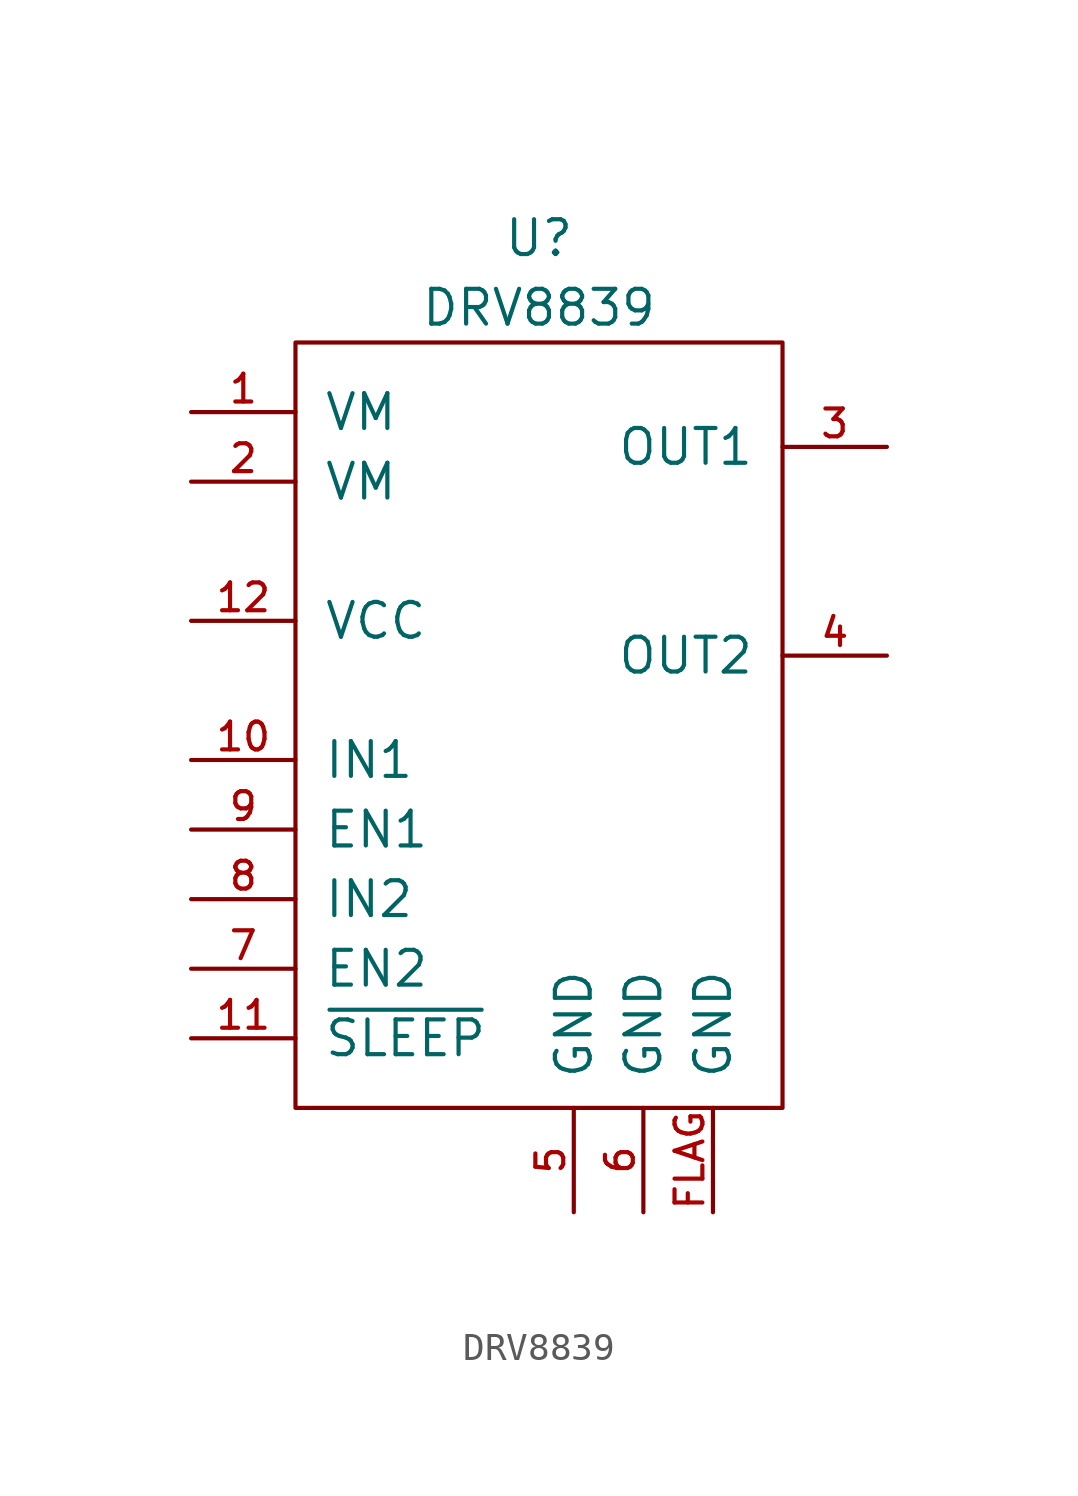
<source format=kicad_sym>
(kicad_symbol_lib
  (version 20211014)
  (generator kicad_symbol_editor)
  (symbol "DRV8839"
    (pin_names
      (offset 1.016))
    (property "Reference" "U"
      (at 0 17.78 0)
      (effects (font (size 1.27 1.27))))
    (property "Value" "DRV8839"
      (at 0 15.24 0)
      (effects (font (size 1.27 1.27))))
    (symbol "DRV8839_0_1"
      (rectangle (start -8.89 13.97) (end 8.89 -13.97) (stroke (width 0) (type default) (color 0 0 0 0)) (fill (type none))))
    (symbol "DRV8839_1_1"
      (pin power_in line (at -12.7 11.43 0) (length 3.81) (name "VM" (effects (font (size 1.27 1.27)))) (number "1" (effects (font (size 1.016 1.016)))))
      (pin input line (at -12.7 -1.27 0) (length 3.81) (name "IN1" (effects (font (size 1.27 1.27)))) (number "10" (effects (font (size 1.016 1.016)))))
      (pin input line (at -12.7 -11.43 0) (length 3.81) (name "~{SLEEP}" (effects (font (size 1.27 1.27)))) (number "11" (effects (font (size 1.016 1.016)))))
      (pin power_in line (at -12.7 3.81 0) (length 3.81) (name "VCC" (effects (font (size 1.27 1.27)))) (number "12" (effects (font (size 1.016 1.016)))))
      (pin power_in line (at -12.7 8.89 0) (length 3.81) (name "VM" (effects (font (size 1.27 1.27)))) (number "2" (effects (font (size 1.016 1.016)))))
      (pin power_out line (at 12.7 10.16 180) (length 3.81) (name "OUT1" (effects (font (size 1.27 1.27)))) (number "3" (effects (font (size 1.016 1.016)))))
      (pin power_out line (at 12.7 2.54 180) (length 3.81) (name "OUT2" (effects (font (size 1.27 1.27)))) (number "4" (effects (font (size 1.016 1.016)))))
      (pin power_in line (at 1.27 -17.78 90) (length 3.81) (name "GND" (effects (font (size 1.27 1.27)))) (number "5" (effects (font (size 1.016 1.016)))))
      (pin power_in line (at 3.81 -17.78 90) (length 3.81) (name "GND" (effects (font (size 1.27 1.27)))) (number "6" (effects (font (size 1.016 1.016)))))
      (pin input line (at -12.7 -8.89 0) (length 3.81) (name "EN2" (effects (font (size 1.27 1.27)))) (number "7" (effects (font (size 1.016 1.016)))))
      (pin input line (at -12.7 -6.35 0) (length 3.81) (name "IN2" (effects (font (size 1.27 1.27)))) (number "8" (effects (font (size 1.016 1.016)))))
      (pin input line (at -12.7 -3.81 0) (length 3.81) (name "EN1" (effects (font (size 1.27 1.27)))) (number "9" (effects (font (size 1.016 1.016)))))
      (pin power_in line (at 6.35 -17.78 90) (length 3.81) (name "GND" (effects (font (size 1.27 1.27)))) (number "FLAG" (effects (font (size 1.016 1.016))))))))
</source>
